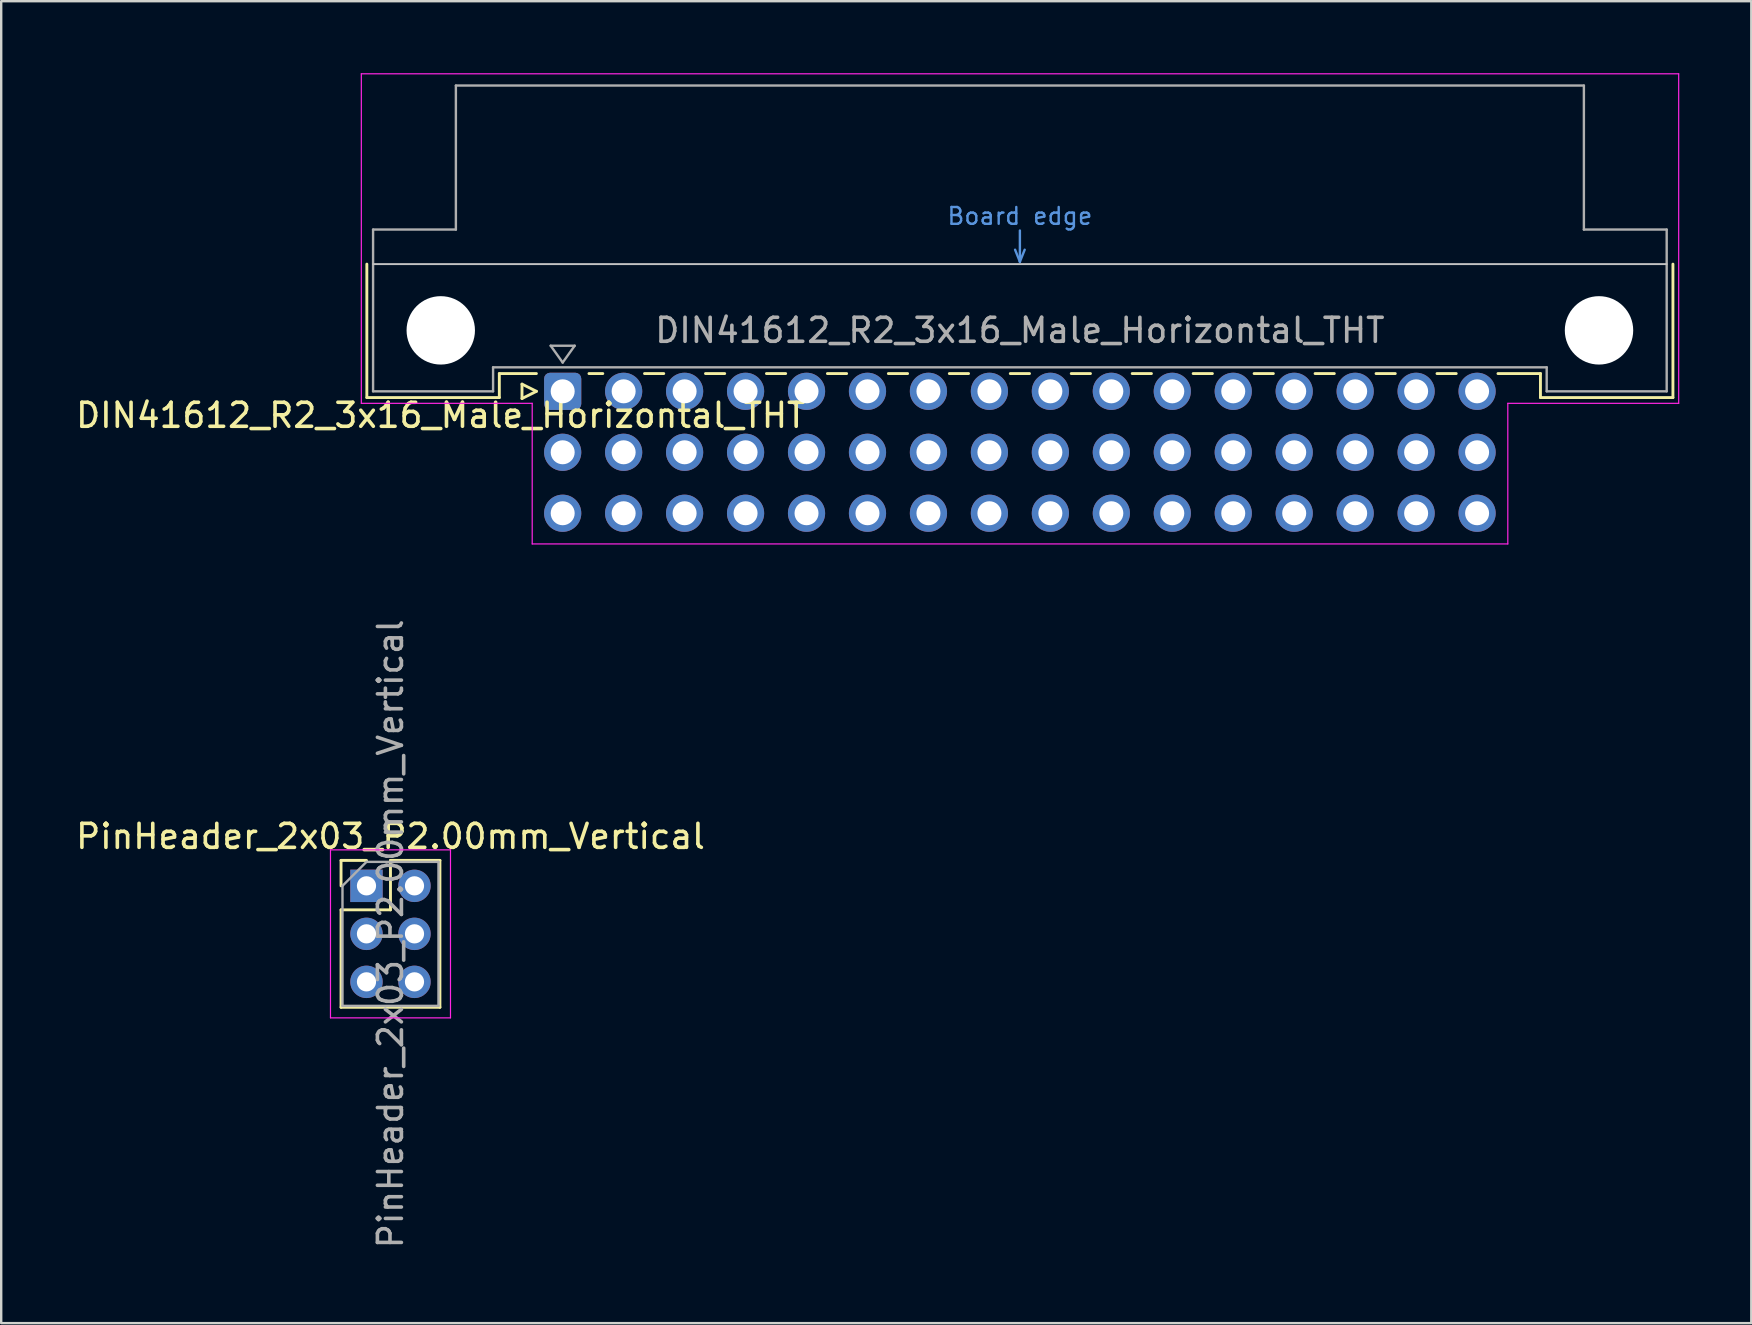
<source format=kicad_pcb>
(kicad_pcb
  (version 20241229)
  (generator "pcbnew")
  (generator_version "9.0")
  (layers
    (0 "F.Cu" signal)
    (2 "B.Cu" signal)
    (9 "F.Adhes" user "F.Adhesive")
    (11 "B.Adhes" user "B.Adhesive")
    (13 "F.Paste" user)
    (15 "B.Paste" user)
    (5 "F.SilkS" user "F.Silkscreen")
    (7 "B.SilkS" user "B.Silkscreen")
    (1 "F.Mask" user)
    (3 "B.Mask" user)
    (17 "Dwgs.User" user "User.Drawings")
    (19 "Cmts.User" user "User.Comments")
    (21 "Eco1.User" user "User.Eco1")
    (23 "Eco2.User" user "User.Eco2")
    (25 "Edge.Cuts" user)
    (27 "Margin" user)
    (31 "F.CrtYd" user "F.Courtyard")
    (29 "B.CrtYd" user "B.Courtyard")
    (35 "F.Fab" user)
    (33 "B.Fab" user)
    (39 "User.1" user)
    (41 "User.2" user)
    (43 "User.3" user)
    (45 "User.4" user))
  (footprint "PinHeader_2x03_P2.00mm_Vertical"
    (layer "F.Cu")
    (at 12.22 33.86)
    (property "Reference" "PinHeader_2x03_P2.00mm_Vertical" (at 1 -2.06 0) (layer "F.SilkS") (effects (font (size 1 1) (thickness 0.15))))
    (attr through_hole)
    (fp_line (start -1.06 -1.06) (end 0 -1.06) (stroke (width 0.12) (type solid)) (layer "F.SilkS"))
    (fp_line (start -1.06 0) (end -1.06 -1.06) (stroke (width 0.12) (type solid)) (layer "F.SilkS"))
    (fp_line (start -1.06 1) (end -1.06 5.06) (stroke (width 0.12) (type solid)) (layer "F.SilkS"))
    (fp_line (start -1.06 1) (end 1 1) (stroke (width 0.12) (type solid)) (layer "F.SilkS"))
    (fp_line (start -1.06 5.06) (end 3.06 5.06) (stroke (width 0.12) (type solid)) (layer "F.SilkS"))
    (fp_line (start 1 -1.06) (end 3.06 -1.06) (stroke (width 0.12) (type solid)) (layer "F.SilkS"))
    (fp_line (start 1 1) (end 1 -1.06) (stroke (width 0.12) (type solid)) (layer "F.SilkS"))
    (fp_line (start 3.06 -1.06) (end 3.06 5.06) (stroke (width 0.12) (type solid)) (layer "F.SilkS"))
    (fp_line (start -1.5 -1.5) (end -1.5 5.5) (stroke (width 0.05) (type solid)) (layer "F.CrtYd"))
    (fp_line (start -1.5 5.5) (end 3.5 5.5) (stroke (width 0.05) (type solid)) (layer "F.CrtYd"))
    (fp_line (start 3.5 -1.5) (end -1.5 -1.5) (stroke (width 0.05) (type solid)) (layer "F.CrtYd"))
    (fp_line (start 3.5 5.5) (end 3.5 -1.5) (stroke (width 0.05) (type solid)) (layer "F.CrtYd"))
    (fp_line (start -1 0) (end 0 -1) (stroke (width 0.1) (type solid)) (layer "F.Fab"))
    (fp_line (start -1 5) (end -1 0) (stroke (width 0.1) (type solid)) (layer "F.Fab"))
    (fp_line (start 0 -1) (end 3 -1) (stroke (width 0.1) (type solid)) (layer "F.Fab"))
    (fp_line (start 3 -1) (end 3 5) (stroke (width 0.1) (type solid)) (layer "F.Fab"))
    (fp_line (start 3 5) (end -1 5) (stroke (width 0.1) (type solid)) (layer "F.Fab"))
    (fp_text user "${REFERENCE}" (at 1 2 90) (layer "F.Fab") (effects (font (size 1 1) (thickness 0.15))))
    (pad "1" thru_hole rect (at 0 0) (size 1.35 1.35) (drill 0.8) (layers "*.Cu" "*.Mask"))
    (pad "2" thru_hole oval (at 2 0) (size 1.35 1.35) (drill 0.8) (layers "*.Cu" "*.Mask"))
    (pad "3" thru_hole oval (at 0 2) (size 1.35 1.35) (drill 0.8) (layers "*.Cu" "*.Mask"))
    (pad "4" thru_hole oval (at 2 2) (size 1.35 1.35) (drill 0.8) (layers "*.Cu" "*.Mask"))
    (pad "5" thru_hole oval (at 0 4) (size 1.35 1.35) (drill 0.8) (layers "*.Cu" "*.Mask"))
    (pad "6" thru_hole oval (at 2 4) (size 1.35 1.35) (drill 0.8) (layers "*.Cu" "*.Mask")))
  (footprint "DIN41612_R2_3x16_Male_Horizontal_THT"
    (layer "F.Cu")
    (at 20.395 13.255)
    (property "Reference" "DIN41612_R2_3x16_Male_Horizontal_THT" (at -5.08 1 0) (layer "F.SilkS") (effects (font (size 1 1) (thickness 0.15))))
    (attr through_hole)
    (fp_line (start -8.16 -5.3) (end -8.16 0.26) (stroke (width 0.12) (type solid)) (layer "F.SilkS"))
    (fp_line (start -8.16 0.26) (end -2.64 0.26) (stroke (width 0.12) (type solid)) (layer "F.SilkS"))
    (fp_line (start -2.64 -0.74) (end -1.095 -0.74) (stroke (width 0.12) (type solid)) (layer "F.SilkS"))
    (fp_line (start -2.64 0.26) (end -2.64 -0.74) (stroke (width 0.12) (type solid)) (layer "F.SilkS"))
    (fp_line (start -1.695 -0.3) (end -1.695 0.3) (stroke (width 0.12) (type solid)) (layer "F.SilkS"))
    (fp_line (start -1.695 0.3) (end -1.095 0) (stroke (width 0.12) (type solid)) (layer "F.SilkS"))
    (fp_line (start -1.095 0) (end -1.695 -0.3) (stroke (width 0.12) (type solid)) (layer "F.SilkS"))
    (fp_line (start 1.095 -0.74) (end 1.671 -0.74) (stroke (width 0.12) (type solid)) (layer "F.SilkS"))
    (fp_line (start 3.41 -0.74) (end 4.211 -0.74) (stroke (width 0.12) (type solid)) (layer "F.SilkS"))
    (fp_line (start 5.95 -0.74) (end 6.751 -0.74) (stroke (width 0.12) (type solid)) (layer "F.SilkS"))
    (fp_line (start 8.49 -0.74) (end 9.291 -0.74) (stroke (width 0.12) (type solid)) (layer "F.SilkS"))
    (fp_line (start 11.03 -0.74) (end 11.831 -0.74) (stroke (width 0.12) (type solid)) (layer "F.SilkS"))
    (fp_line (start 13.57 -0.74) (end 14.371 -0.74) (stroke (width 0.12) (type solid)) (layer "F.SilkS"))
    (fp_line (start 16.11 -0.74) (end 16.911 -0.74) (stroke (width 0.12) (type solid)) (layer "F.SilkS"))
    (fp_line (start 18.65 -0.74) (end 19.451 -0.74) (stroke (width 0.12) (type solid)) (layer "F.SilkS"))
    (fp_line (start 21.19 -0.74) (end 21.991 -0.74) (stroke (width 0.12) (type solid)) (layer "F.SilkS"))
    (fp_line (start 23.73 -0.74) (end 24.531 -0.74) (stroke (width 0.12) (type solid)) (layer "F.SilkS"))
    (fp_line (start 26.27 -0.74) (end 27.071 -0.74) (stroke (width 0.12) (type solid)) (layer "F.SilkS"))
    (fp_line (start 28.81 -0.74) (end 29.611 -0.74) (stroke (width 0.12) (type solid)) (layer "F.SilkS"))
    (fp_line (start 31.35 -0.74) (end 32.151 -0.74) (stroke (width 0.12) (type solid)) (layer "F.SilkS"))
    (fp_line (start 33.89 -0.74) (end 34.691 -0.74) (stroke (width 0.12) (type solid)) (layer "F.SilkS"))
    (fp_line (start 36.43 -0.74) (end 37.231 -0.74) (stroke (width 0.12) (type solid)) (layer "F.SilkS"))
    (fp_line (start 38.97 -0.74) (end 40.74 -0.74) (stroke (width 0.12) (type solid)) (layer "F.SilkS"))
    (fp_line (start 40.74 0.26) (end 40.74 -0.74) (stroke (width 0.12) (type solid)) (layer "F.SilkS"))
    (fp_line (start 46.26 -5.3) (end 46.26 0.26) (stroke (width 0.12) (type solid)) (layer "F.SilkS"))
    (fp_line (start 46.26 0.26) (end 40.74 0.26) (stroke (width 0.12) (type solid)) (layer "F.SilkS"))
    (fp_line (start -7.9 -5.3) (end 46 -5.3) (stroke (width 0.08) (type solid)) (layer "Dwgs.User"))
    (fp_line (start 18.85 -5.9) (end 19.05 -5.4) (stroke (width 0.1) (type solid)) (layer "Cmts.User"))
    (fp_line (start 19.05 -5.4) (end 19.05 -6.7) (stroke (width 0.1) (type solid)) (layer "Cmts.User"))
    (fp_line (start 19.05 -5.4) (end 19.25 -5.9) (stroke (width 0.1) (type solid)) (layer "Cmts.User"))
    (fp_line (start -8.39 -13.23) (end -8.39 0.5) (stroke (width 0.05) (type solid)) (layer "F.CrtYd"))
    (fp_line (start -8.39 0.5) (end -1.27 0.5) (stroke (width 0.05) (type solid)) (layer "F.CrtYd"))
    (fp_line (start -1.27 0.5) (end -1.27 6.36) (stroke (width 0.05) (type solid)) (layer "F.CrtYd"))
    (fp_line (start -1.27 6.36) (end 39.38 6.36) (stroke (width 0.05) (type solid)) (layer "F.CrtYd"))
    (fp_line (start 39.38 0.5) (end 46.5 0.5) (stroke (width 0.05) (type solid)) (layer "F.CrtYd"))
    (fp_line (start 39.38 6.36) (end 39.38 0.5) (stroke (width 0.05) (type solid)) (layer "F.CrtYd"))
    (fp_line (start 46.5 -13.23) (end -8.39 -13.23) (stroke (width 0.05) (type solid)) (layer "F.CrtYd"))
    (fp_line (start 46.5 0.5) (end 46.5 -13.23) (stroke (width 0.05) (type solid)) (layer "F.CrtYd"))
    (fp_line (start -7.9 -6.74) (end -7.9 0) (stroke (width 0.1) (type solid)) (layer "F.Fab"))
    (fp_line (start -7.9 0) (end -2.9 0) (stroke (width 0.1) (type solid)) (layer "F.Fab"))
    (fp_line (start -4.45 -12.74) (end -4.45 -6.74) (stroke (width 0.1) (type solid)) (layer "F.Fab"))
    (fp_line (start -4.45 -6.74) (end -7.9 -6.74) (stroke (width 0.1) (type solid)) (layer "F.Fab"))
    (fp_line (start -2.9 -1) (end 41 -1) (stroke (width 0.1) (type solid)) (layer "F.Fab"))
    (fp_line (start -2.9 0) (end -2.9 -1) (stroke (width 0.1) (type solid)) (layer "F.Fab"))
    (fp_line (start -0.5 -1.9) (end 0.5 -1.9) (stroke (width 0.1) (type solid)) (layer "F.Fab"))
    (fp_line (start 0 -1.2) (end -0.5 -1.9) (stroke (width 0.1) (type solid)) (layer "F.Fab"))
    (fp_line (start 0.5 -1.9) (end 0 -1.2) (stroke (width 0.1) (type solid)) (layer "F.Fab"))
    (fp_line (start 41 -1) (end 41 0) (stroke (width 0.1) (type solid)) (layer "F.Fab"))
    (fp_line (start 41 0) (end 46 0) (stroke (width 0.1) (type solid)) (layer "F.Fab"))
    (fp_line (start 42.55 -12.74) (end -4.45 -12.74) (stroke (width 0.1) (type solid)) (layer "F.Fab"))
    (fp_line (start 42.55 -6.74) (end 42.55 -12.74) (stroke (width 0.1) (type solid)) (layer "F.Fab"))
    (fp_line (start 46 -6.74) (end 42.55 -6.74) (stroke (width 0.1) (type solid)) (layer "F.Fab"))
    (fp_line (start 46 0) (end 46 -6.74) (stroke (width 0.1) (type solid)) (layer "F.Fab"))
    (fp_text user "Board edge" (at 19.05 -7.3 0) (layer "Cmts.User") (effects (font (size 0.7 0.7) (thickness 0.1))))
    (fp_text user "${REFERENCE}" (at 19.05 -2.54 0) (layer "F.Fab") (effects (font (size 1 1) (thickness 0.15))))
    (pad "" np_thru_hole circle (at -5.08 -2.54) (size 2.85 2.85) (drill 2.85) (layers "*.Cu" "*.Mask"))
    (pad "" np_thru_hole circle (at 43.18 -2.54) (size 2.85 2.85) (drill 2.85) (layers "*.Cu" "*.Mask"))
    (pad "a1" thru_hole roundrect (at 0 0) (size 1.55 1.55) (drill 1) (layers "*.Cu" "*.Mask") (roundrect_rratio 0.161))
    (pad "a2" thru_hole circle (at 2.54 0) (size 1.55 1.55) (drill 1) (layers "*.Cu" "*.Mask"))
    (pad "a3" thru_hole circle (at 5.08 0) (size 1.55 1.55) (drill 1) (layers "*.Cu" "*.Mask"))
    (pad "a4" thru_hole circle (at 7.62 0) (size 1.55 1.55) (drill 1) (layers "*.Cu" "*.Mask"))
    (pad "a5" thru_hole circle (at 10.16 0) (size 1.55 1.55) (drill 1) (layers "*.Cu" "*.Mask"))
    (pad "a6" thru_hole circle (at 12.7 0) (size 1.55 1.55) (drill 1) (layers "*.Cu" "*.Mask"))
    (pad "a7" thru_hole circle (at 15.24 0) (size 1.55 1.55) (drill 1) (layers "*.Cu" "*.Mask"))
    (pad "a8" thru_hole circle (at 17.78 0) (size 1.55 1.55) (drill 1) (layers "*.Cu" "*.Mask"))
    (pad "a9" thru_hole circle (at 20.32 0) (size 1.55 1.55) (drill 1) (layers "*.Cu" "*.Mask"))
    (pad "a10" thru_hole circle (at 22.86 0) (size 1.55 1.55) (drill 1) (layers "*.Cu" "*.Mask"))
    (pad "a11" thru_hole circle (at 25.4 0) (size 1.55 1.55) (drill 1) (layers "*.Cu" "*.Mask"))
    (pad "a12" thru_hole circle (at 27.94 0) (size 1.55 1.55) (drill 1) (layers "*.Cu" "*.Mask"))
    (pad "a13" thru_hole circle (at 30.48 0) (size 1.55 1.55) (drill 1) (layers "*.Cu" "*.Mask"))
    (pad "a14" thru_hole circle (at 33.02 0) (size 1.55 1.55) (drill 1) (layers "*.Cu" "*.Mask"))
    (pad "a15" thru_hole circle (at 35.56 0) (size 1.55 1.55) (drill 1) (layers "*.Cu" "*.Mask"))
    (pad "a16" thru_hole circle (at 38.1 0) (size 1.55 1.55) (drill 1) (layers "*.Cu" "*.Mask"))
    (pad "b1" thru_hole circle (at 0 2.54) (size 1.55 1.55) (drill 1) (layers "*.Cu" "*.Mask"))
    (pad "b2" thru_hole circle (at 2.54 2.54) (size 1.55 1.55) (drill 1) (layers "*.Cu" "*.Mask"))
    (pad "b3" thru_hole circle (at 5.08 2.54) (size 1.55 1.55) (drill 1) (layers "*.Cu" "*.Mask"))
    (pad "b4" thru_hole circle (at 7.62 2.54) (size 1.55 1.55) (drill 1) (layers "*.Cu" "*.Mask"))
    (pad "b5" thru_hole circle (at 10.16 2.54) (size 1.55 1.55) (drill 1) (layers "*.Cu" "*.Mask"))
    (pad "b6" thru_hole circle (at 12.7 2.54) (size 1.55 1.55) (drill 1) (layers "*.Cu" "*.Mask"))
    (pad "b7" thru_hole circle (at 15.24 2.54) (size 1.55 1.55) (drill 1) (layers "*.Cu" "*.Mask"))
    (pad "b8" thru_hole circle (at 17.78 2.54) (size 1.55 1.55) (drill 1) (layers "*.Cu" "*.Mask"))
    (pad "b9" thru_hole circle (at 20.32 2.54) (size 1.55 1.55) (drill 1) (layers "*.Cu" "*.Mask"))
    (pad "b10" thru_hole circle (at 22.86 2.54) (size 1.55 1.55) (drill 1) (layers "*.Cu" "*.Mask"))
    (pad "b11" thru_hole circle (at 25.4 2.54) (size 1.55 1.55) (drill 1) (layers "*.Cu" "*.Mask"))
    (pad "b12" thru_hole circle (at 27.94 2.54) (size 1.55 1.55) (drill 1) (layers "*.Cu" "*.Mask"))
    (pad "b13" thru_hole circle (at 30.48 2.54) (size 1.55 1.55) (drill 1) (layers "*.Cu" "*.Mask"))
    (pad "b14" thru_hole circle (at 33.02 2.54) (size 1.55 1.55) (drill 1) (layers "*.Cu" "*.Mask"))
    (pad "b15" thru_hole circle (at 35.56 2.54) (size 1.55 1.55) (drill 1) (layers "*.Cu" "*.Mask"))
    (pad "b16" thru_hole circle (at 38.1 2.54) (size 1.55 1.55) (drill 1) (layers "*.Cu" "*.Mask"))
    (pad "c1" thru_hole circle (at 0 5.08) (size 1.55 1.55) (drill 1) (layers "*.Cu" "*.Mask"))
    (pad "c2" thru_hole circle (at 2.54 5.08) (size 1.55 1.55) (drill 1) (layers "*.Cu" "*.Mask"))
    (pad "c3" thru_hole circle (at 5.08 5.08) (size 1.55 1.55) (drill 1) (layers "*.Cu" "*.Mask"))
    (pad "c4" thru_hole circle (at 7.62 5.08) (size 1.55 1.55) (drill 1) (layers "*.Cu" "*.Mask"))
    (pad "c5" thru_hole circle (at 10.16 5.08) (size 1.55 1.55) (drill 1) (layers "*.Cu" "*.Mask"))
    (pad "c6" thru_hole circle (at 12.7 5.08) (size 1.55 1.55) (drill 1) (layers "*.Cu" "*.Mask"))
    (pad "c7" thru_hole circle (at 15.24 5.08) (size 1.55 1.55) (drill 1) (layers "*.Cu" "*.Mask"))
    (pad "c8" thru_hole circle (at 17.78 5.08) (size 1.55 1.55) (drill 1) (layers "*.Cu" "*.Mask"))
    (pad "c9" thru_hole circle (at 20.32 5.08) (size 1.55 1.55) (drill 1) (layers "*.Cu" "*.Mask"))
    (pad "c10" thru_hole circle (at 22.86 5.08) (size 1.55 1.55) (drill 1) (layers "*.Cu" "*.Mask"))
    (pad "c11" thru_hole circle (at 25.4 5.08) (size 1.55 1.55) (drill 1) (layers "*.Cu" "*.Mask"))
    (pad "c12" thru_hole circle (at 27.94 5.08) (size 1.55 1.55) (drill 1) (layers "*.Cu" "*.Mask"))
    (pad "c13" thru_hole circle (at 30.48 5.08) (size 1.55 1.55) (drill 1) (layers "*.Cu" "*.Mask"))
    (pad "c14" thru_hole circle (at 33.02 5.08) (size 1.55 1.55) (drill 1) (layers "*.Cu" "*.Mask"))
    (pad "c15" thru_hole circle (at 35.56 5.08) (size 1.55 1.55) (drill 1) (layers "*.Cu" "*.Mask"))
    (pad "c16" thru_hole circle (at 38.1 5.08) (size 1.55 1.55) (drill 1) (layers "*.Cu" "*.Mask")))
  (gr_rect
    (start -3 -3)
    (end 69.92 52.08)
    (stroke (width 0.1) (type default))
    (fill no)
    (layer "Edge.Cuts")))
</source>
